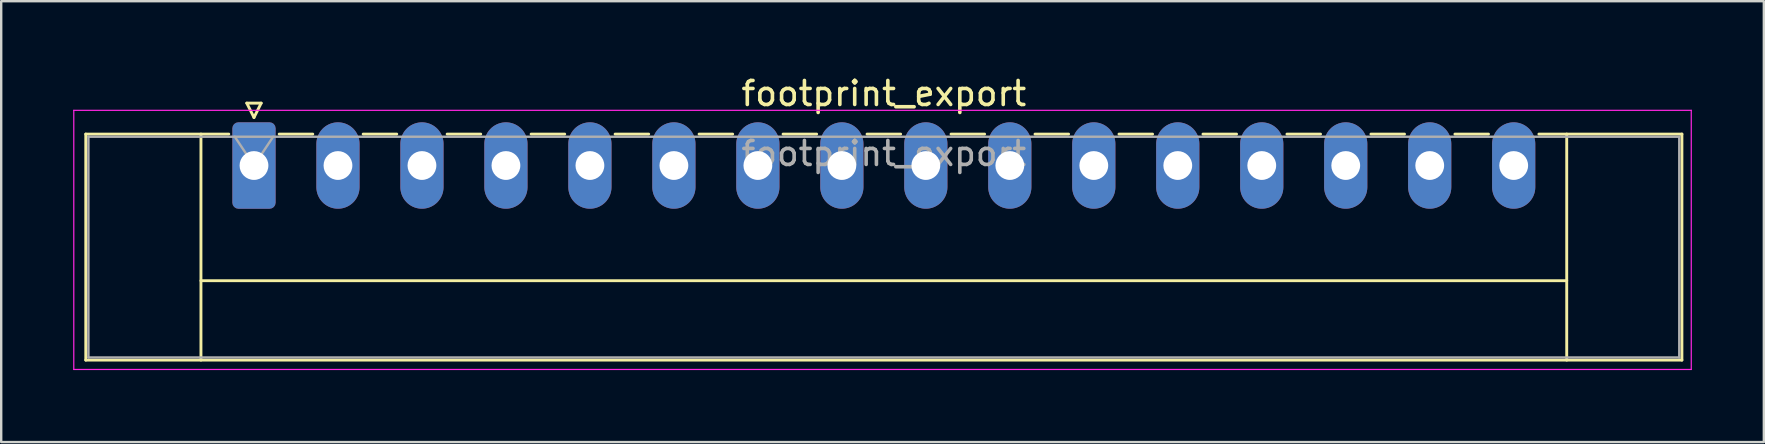
<source format=kicad_pcb>
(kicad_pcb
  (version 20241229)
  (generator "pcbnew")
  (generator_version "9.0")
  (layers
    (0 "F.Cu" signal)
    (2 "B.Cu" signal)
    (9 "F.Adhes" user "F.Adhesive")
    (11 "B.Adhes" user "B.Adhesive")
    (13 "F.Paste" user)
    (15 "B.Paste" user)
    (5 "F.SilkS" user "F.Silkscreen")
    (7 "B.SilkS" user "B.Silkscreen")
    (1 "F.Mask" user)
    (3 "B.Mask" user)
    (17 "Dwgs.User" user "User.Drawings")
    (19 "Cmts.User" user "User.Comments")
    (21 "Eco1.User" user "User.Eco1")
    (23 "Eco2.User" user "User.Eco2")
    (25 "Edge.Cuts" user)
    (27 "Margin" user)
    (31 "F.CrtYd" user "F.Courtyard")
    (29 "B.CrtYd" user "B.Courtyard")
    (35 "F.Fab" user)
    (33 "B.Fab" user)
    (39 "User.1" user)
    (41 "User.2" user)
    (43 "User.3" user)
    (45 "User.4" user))
  (footprint "footprint_export"
    (layer "F.Cu")
    (at 7.535 3.848)
    (property "Reference" "footprint_export" (at 26.25 -3 0) (layer "F.SilkS") (effects (font (size 1 1) (thickness 0.15))))
    (attr through_hole)
    (fp_line (start -7.01 -1.31) (end -7.01 8.11) (stroke (width 0.12) (type solid)) (layer "F.SilkS"))
    (fp_line (start -7.01 -1.31) (end -1.05 -1.31) (stroke (width 0.12) (type solid)) (layer "F.SilkS"))
    (fp_line (start -7.01 8.11) (end 59.51 8.11) (stroke (width 0.12) (type solid)) (layer "F.SilkS"))
    (fp_line (start -2.21 -1.31) (end -2.21 8.11) (stroke (width 0.12) (type solid)) (layer "F.SilkS"))
    (fp_line (start -2.21 4.8) (end 54.71 4.8) (stroke (width 0.12) (type solid)) (layer "F.SilkS"))
    (fp_line (start -0.3 -2.6) (end 0.3 -2.6) (stroke (width 0.12) (type solid)) (layer "F.SilkS"))
    (fp_line (start 0 -2) (end -0.3 -2.6) (stroke (width 0.12) (type solid)) (layer "F.SilkS"))
    (fp_line (start 0.3 -2.6) (end 0 -2) (stroke (width 0.12) (type solid)) (layer "F.SilkS"))
    (fp_line (start 1.05 -1.31) (end 2.45 -1.31) (stroke (width 0.12) (type solid)) (layer "F.SilkS"))
    (fp_line (start 4.55 -1.31) (end 5.95 -1.31) (stroke (width 0.12) (type solid)) (layer "F.SilkS"))
    (fp_line (start 8.05 -1.31) (end 9.45 -1.31) (stroke (width 0.12) (type solid)) (layer "F.SilkS"))
    (fp_line (start 11.55 -1.31) (end 12.95 -1.31) (stroke (width 0.12) (type solid)) (layer "F.SilkS"))
    (fp_line (start 15.05 -1.31) (end 16.45 -1.31) (stroke (width 0.12) (type solid)) (layer "F.SilkS"))
    (fp_line (start 18.55 -1.31) (end 19.95 -1.31) (stroke (width 0.12) (type solid)) (layer "F.SilkS"))
    (fp_line (start 22.05 -1.31) (end 23.45 -1.31) (stroke (width 0.12) (type solid)) (layer "F.SilkS"))
    (fp_line (start 25.55 -1.31) (end 26.95 -1.31) (stroke (width 0.12) (type solid)) (layer "F.SilkS"))
    (fp_line (start 29.05 -1.31) (end 30.45 -1.31) (stroke (width 0.12) (type solid)) (layer "F.SilkS"))
    (fp_line (start 32.55 -1.31) (end 33.95 -1.31) (stroke (width 0.12) (type solid)) (layer "F.SilkS"))
    (fp_line (start 36.05 -1.31) (end 37.45 -1.31) (stroke (width 0.12) (type solid)) (layer "F.SilkS"))
    (fp_line (start 39.55 -1.31) (end 40.95 -1.31) (stroke (width 0.12) (type solid)) (layer "F.SilkS"))
    (fp_line (start 43.05 -1.31) (end 44.45 -1.31) (stroke (width 0.12) (type solid)) (layer "F.SilkS"))
    (fp_line (start 46.55 -1.31) (end 47.95 -1.31) (stroke (width 0.12) (type solid)) (layer "F.SilkS"))
    (fp_line (start 50.05 -1.31) (end 51.45 -1.31) (stroke (width 0.12) (type solid)) (layer "F.SilkS"))
    (fp_line (start 54.71 -1.31) (end 54.71 8.11) (stroke (width 0.12) (type solid)) (layer "F.SilkS"))
    (fp_line (start 59.51 -1.31) (end 53.55 -1.31) (stroke (width 0.12) (type solid)) (layer "F.SilkS"))
    (fp_line (start 59.51 8.11) (end 59.51 -1.31) (stroke (width 0.12) (type solid)) (layer "F.SilkS"))
    (fp_line (start -7.51 -2.3) (end -7.51 8.5) (stroke (width 0.05) (type solid)) (layer "F.CrtYd"))
    (fp_line (start -7.51 8.5) (end 59.9 8.5) (stroke (width 0.05) (type solid)) (layer "F.CrtYd"))
    (fp_line (start 59.9 -2.3) (end -7.51 -2.3) (stroke (width 0.05) (type solid)) (layer "F.CrtYd"))
    (fp_line (start 59.9 8.5) (end 59.9 -2.3) (stroke (width 0.05) (type solid)) (layer "F.CrtYd"))
    (fp_line (start -6.9 -1.2) (end -6.9 8) (stroke (width 0.1) (type solid)) (layer "F.Fab"))
    (fp_line (start -6.9 8) (end 59.4 8) (stroke (width 0.1) (type solid)) (layer "F.Fab"))
    (fp_line (start 0 0) (end -0.8 -1.2) (stroke (width 0.1) (type solid)) (layer "F.Fab"))
    (fp_line (start 0.8 -1.2) (end 0 0) (stroke (width 0.1) (type solid)) (layer "F.Fab"))
    (fp_line (start 59.4 -1.2) (end -6.9 -1.2) (stroke (width 0.1) (type solid)) (layer "F.Fab"))
    (fp_line (start 59.4 8) (end 59.4 -1.2) (stroke (width 0.1) (type solid)) (layer "F.Fab"))
    (fp_text user "${REFERENCE}" (at 26.25 -0.5 0) (layer "F.Fab") (effects (font (size 1 1) (thickness 0.15))))
    (pad "1" thru_hole roundrect (at 0 0) (size 1.8 3.6) (drill 1.2) (layers "*.Cu" "*.Mask") (roundrect_rratio 0.139))
    (pad "2" thru_hole oval (at 3.5 0) (size 1.8 3.6) (drill 1.2) (layers "*.Cu" "*.Mask"))
    (pad "3" thru_hole oval (at 7 0) (size 1.8 3.6) (drill 1.2) (layers "*.Cu" "*.Mask"))
    (pad "4" thru_hole oval (at 10.5 0) (size 1.8 3.6) (drill 1.2) (layers "*.Cu" "*.Mask"))
    (pad "5" thru_hole oval (at 14 0) (size 1.8 3.6) (drill 1.2) (layers "*.Cu" "*.Mask"))
    (pad "6" thru_hole oval (at 17.5 0) (size 1.8 3.6) (drill 1.2) (layers "*.Cu" "*.Mask"))
    (pad "7" thru_hole oval (at 21 0) (size 1.8 3.6) (drill 1.2) (layers "*.Cu" "*.Mask"))
    (pad "8" thru_hole oval (at 24.5 0) (size 1.8 3.6) (drill 1.2) (layers "*.Cu" "*.Mask"))
    (pad "9" thru_hole oval (at 28 0) (size 1.8 3.6) (drill 1.2) (layers "*.Cu" "*.Mask"))
    (pad "10" thru_hole oval (at 31.5 0) (size 1.8 3.6) (drill 1.2) (layers "*.Cu" "*.Mask"))
    (pad "11" thru_hole oval (at 35 0) (size 1.8 3.6) (drill 1.2) (layers "*.Cu" "*.Mask"))
    (pad "12" thru_hole oval (at 38.5 0) (size 1.8 3.6) (drill 1.2) (layers "*.Cu" "*.Mask"))
    (pad "13" thru_hole oval (at 42 0) (size 1.8 3.6) (drill 1.2) (layers "*.Cu" "*.Mask"))
    (pad "14" thru_hole oval (at 45.5 0) (size 1.8 3.6) (drill 1.2) (layers "*.Cu" "*.Mask"))
    (pad "15" thru_hole oval (at 49 0) (size 1.8 3.6) (drill 1.2) (layers "*.Cu" "*.Mask"))
    (pad "16" thru_hole oval (at 52.5 0) (size 1.8 3.6) (drill 1.2) (layers "*.Cu" "*.Mask")))
  (gr_rect
    (start -3 -3)
    (end 70.46 15.373)
    (stroke (width 0.1) (type default))
    (fill no)
    (layer "Edge.Cuts")))
</source>
